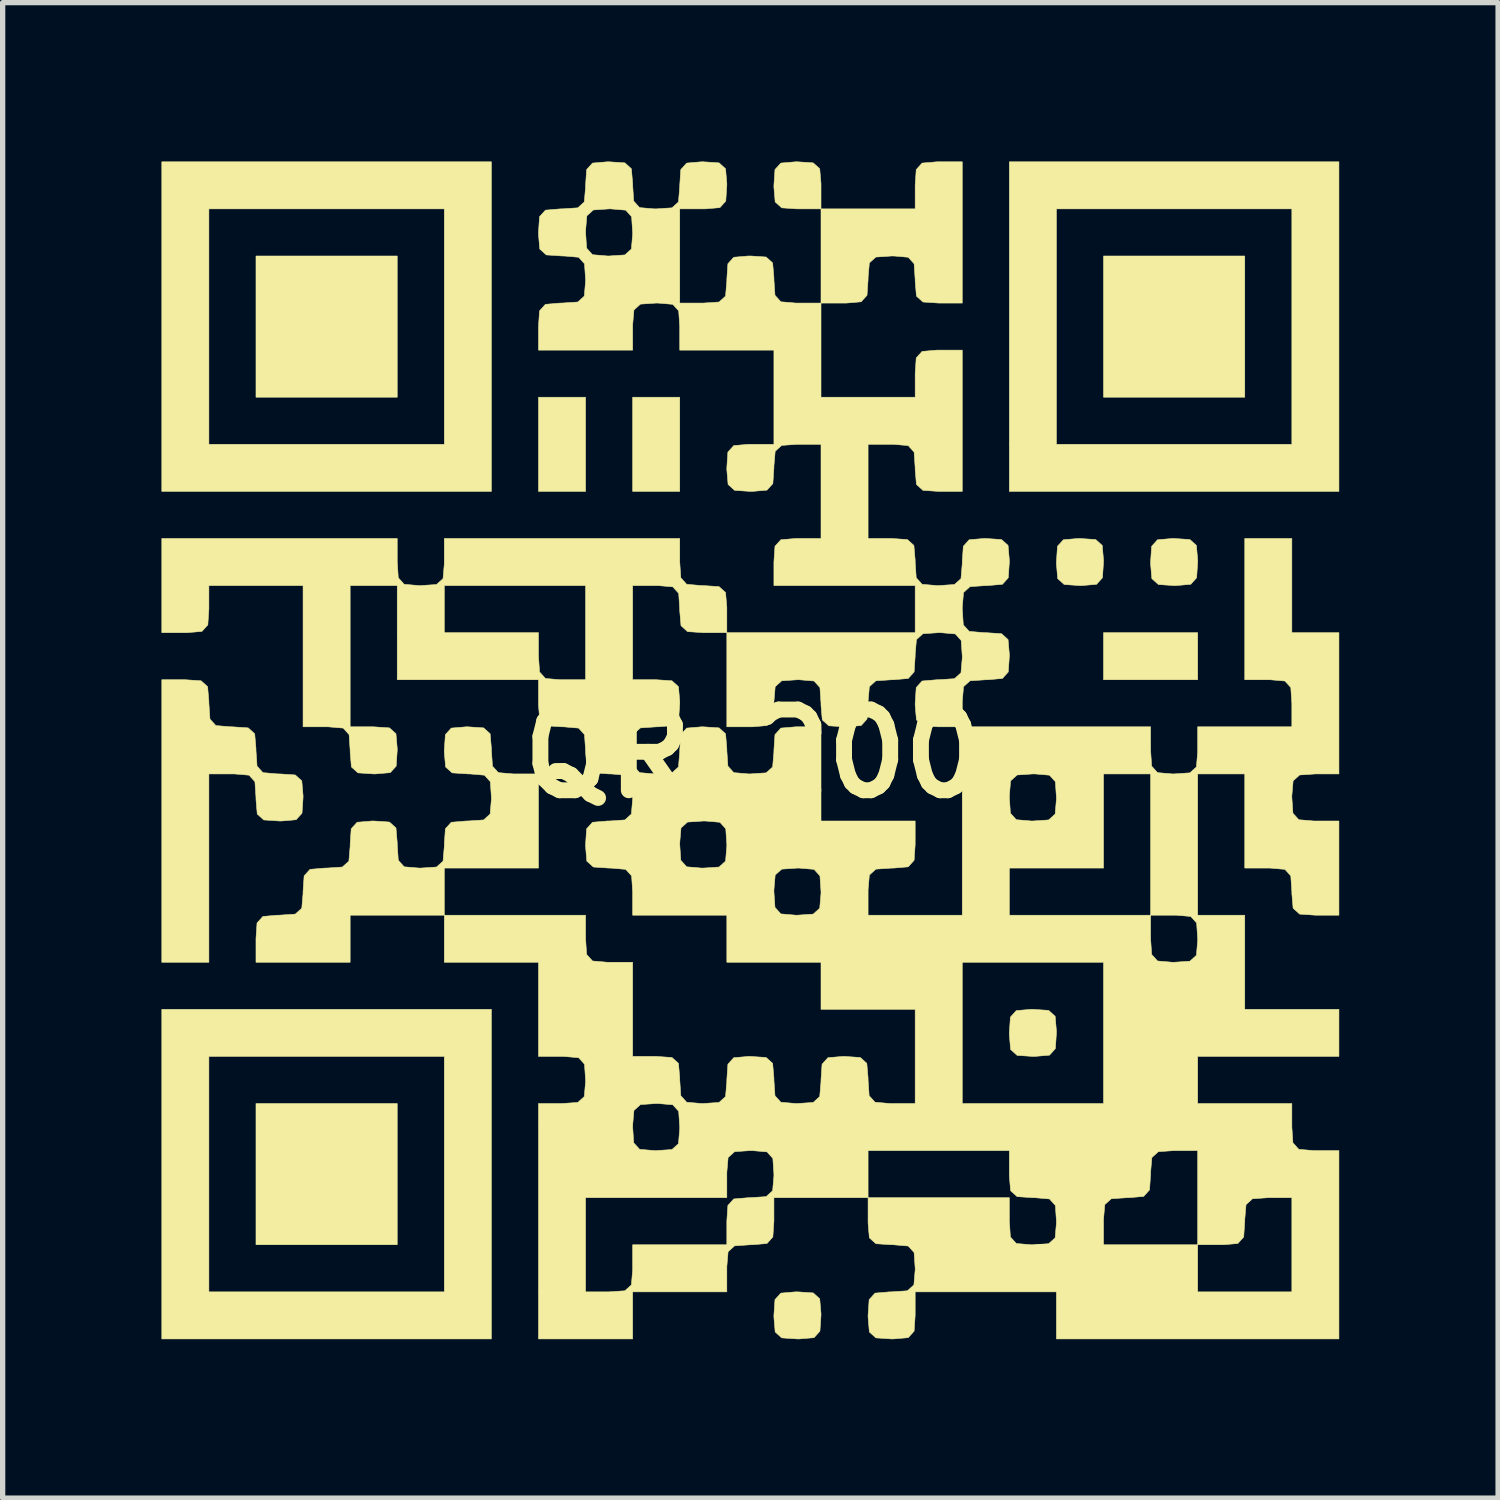
<source format=kicad_pcb>
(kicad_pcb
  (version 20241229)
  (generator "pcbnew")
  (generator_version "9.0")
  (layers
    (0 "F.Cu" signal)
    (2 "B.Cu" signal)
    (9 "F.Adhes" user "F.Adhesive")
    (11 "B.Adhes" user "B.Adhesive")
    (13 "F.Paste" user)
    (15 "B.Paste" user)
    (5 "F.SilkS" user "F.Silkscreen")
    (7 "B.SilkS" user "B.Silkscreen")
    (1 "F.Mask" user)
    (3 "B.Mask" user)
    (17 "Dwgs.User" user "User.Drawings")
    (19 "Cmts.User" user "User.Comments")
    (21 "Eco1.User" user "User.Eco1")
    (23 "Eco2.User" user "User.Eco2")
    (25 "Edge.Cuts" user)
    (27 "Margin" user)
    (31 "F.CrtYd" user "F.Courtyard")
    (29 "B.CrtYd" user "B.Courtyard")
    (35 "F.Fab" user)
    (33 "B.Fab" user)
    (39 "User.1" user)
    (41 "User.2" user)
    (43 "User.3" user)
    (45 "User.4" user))
  (footprint "QR_200"
    (layer "F.Cu")
    (at 11.181 11.181)
    (property "Reference" "QR_200" (at 0 0 0) (layer "F.SilkS") (effects (font (size 1.524 1.524) (thickness 0.3))))
    (attr through_hole)
    (fp_poly (pts (xy -6.731 -6.731) (xy -9.398 -6.731) (xy -9.398 -9.398) (xy -6.731 -9.398) (xy -6.731 -6.731)) (stroke (width 0.01) (type solid)) (fill yes) (layer "F.SilkS"))
    (fp_poly (pts (xy -6.731 9.271) (xy -9.398 9.271) (xy -9.398 6.604) (xy -6.731 6.604) (xy -6.731 9.271)) (stroke (width 0.01) (type solid)) (fill yes) (layer "F.SilkS"))
    (fp_poly (pts (xy -3.175 -4.953) (xy -4.064 -4.953) (xy -4.064 -6.731) (xy -3.175 -6.731) (xy -3.175 -4.953)) (stroke (width 0.01) (type solid)) (fill yes) (layer "F.SilkS"))
    (fp_poly (pts (xy -1.397 -4.953) (xy -2.286 -4.953) (xy -2.286 -6.731) (xy -1.397 -6.731) (xy -1.397 -4.953)) (stroke (width 0.01) (type solid)) (fill yes) (layer "F.SilkS"))
    (fp_poly (pts (xy 8.382 -1.397) (xy 6.604 -1.397) (xy 6.604 -2.286) (xy 8.382 -2.286) (xy 8.382 -1.397)) (stroke (width 0.01) (type solid)) (fill yes) (layer "F.SilkS"))
    (fp_poly (pts (xy 9.271 -6.731) (xy 6.604 -6.731) (xy 6.604 -9.398) (xy 9.271 -9.398) (xy 9.271 -6.731)) (stroke (width 0.01) (type solid)) (fill yes) (layer "F.SilkS"))
    (fp_poly (pts (xy -4.953 -4.953) (xy -11.176 -4.953) (xy -11.176 -10.287) (xy -10.287 -10.287) (xy -10.287 -5.842) (xy -5.842 -5.842) (xy -5.842 -10.287) (xy -10.287 -10.287) (xy -11.176 -10.287) (xy -11.176 -11.176) (xy -4.953 -11.176) (xy -4.953 -4.953)) (stroke (width 0.01) (type solid)) (fill yes) (layer "F.SilkS"))
    (fp_poly (pts (xy -4.953 11.049) (xy -11.176 11.049) (xy -11.176 5.715) (xy -10.287 5.715) (xy -10.287 10.16) (xy -5.842 10.16) (xy -5.842 5.715) (xy -10.287 5.715) (xy -11.176 5.715) (xy -11.176 4.826) (xy -4.953 4.826) (xy -4.953 11.049)) (stroke (width 0.01) (type solid)) (fill yes) (layer "F.SilkS"))
    (fp_poly (pts (xy 11.049 -4.953) (xy 4.826 -4.953) (xy 4.826 -10.287) (xy 5.715 -10.287) (xy 5.715 -5.842) (xy 10.16 -5.842) (xy 10.16 -10.287) (xy 5.715 -10.287) (xy 4.826 -10.287) (xy 4.826 -11.176) (xy 11.049 -11.176) (xy 11.049 -4.953)) (stroke (width 0.01) (type solid)) (fill yes) (layer "F.SilkS"))
    (fp_poly (pts (xy 0.826 -10.287) (xy 0.528 -10.307) (xy 0.405 -10.418) (xy 0.381 -10.698) (xy 0.381 -10.732) (xy 0.401 -11.029) (xy 0.512 -11.152) (xy 0.792 -11.176) (xy 0.826 -11.176) (xy 1.123 -11.156) (xy 1.246 -11.045) (xy 1.27 -10.765) (xy 1.27 -10.732) (xy 1.27 -10.287) (xy 0.826 -10.287)) (stroke (width 0.01) (type solid)) (fill yes) (layer "F.SilkS"))
    (fp_poly (pts (xy 1.123 10.18) (xy 1.246 10.291) (xy 1.27 10.571) (xy 1.27 10.604) (xy 1.25 10.902) (xy 1.139 11.025) (xy 0.859 11.049) (xy 0.826 11.049) (xy 0.528 11.029) (xy 0.405 10.918) (xy 0.381 10.638) (xy 0.381 10.604) (xy 0.401 10.307) (xy 0.512 10.184) (xy 0.792 10.16) (xy 0.826 10.16) (xy 1.123 10.18)) (stroke (width 0.01) (type solid)) (fill yes) (layer "F.SilkS"))
    (fp_poly (pts (xy 5.568 4.846) (xy 5.691 4.957) (xy 5.715 5.237) (xy 5.715 5.271) (xy 5.695 5.568) (xy 5.584 5.691) (xy 5.304 5.715) (xy 5.271 5.715) (xy 4.973 5.695) (xy 4.85 5.584) (xy 4.826 5.304) (xy 4.826 5.271) (xy 4.846 4.973) (xy 4.957 4.85) (xy 5.237 4.826) (xy 5.271 4.826) (xy 5.568 4.846)) (stroke (width 0.01) (type solid)) (fill yes) (layer "F.SilkS"))
    (fp_poly (pts (xy 6.457 -4.044) (xy 6.58 -3.933) (xy 6.604 -3.653) (xy 6.604 -3.619) (xy 6.584 -3.322) (xy 6.473 -3.199) (xy 6.193 -3.175) (xy 6.16 -3.175) (xy 5.862 -3.195) (xy 5.739 -3.306) (xy 5.715 -3.586) (xy 5.715 -3.619) (xy 5.735 -3.917) (xy 5.846 -4.04) (xy 6.126 -4.064) (xy 6.16 -4.064) (xy 6.457 -4.044)) (stroke (width 0.01) (type solid)) (fill yes) (layer "F.SilkS"))
    (fp_poly (pts (xy 8.235 -4.044) (xy 8.358 -3.933) (xy 8.382 -3.653) (xy 8.382 -3.619) (xy 8.362 -3.322) (xy 8.251 -3.199) (xy 7.971 -3.175) (xy 7.938 -3.175) (xy 7.64 -3.195) (xy 7.517 -3.306) (xy 7.493 -3.586) (xy 7.493 -3.619) (xy 7.513 -3.917) (xy 7.624 -4.04) (xy 7.904 -4.064) (xy 7.938 -4.064) (xy 8.235 -4.044)) (stroke (width 0.01) (type solid)) (fill yes) (layer "F.SilkS"))
    (fp_poly (pts (xy 1.27 -10.287) (xy 3.048 -10.287) (xy 3.048 -10.732) (xy 3.068 -11.029) (xy 3.179 -11.152) (xy 3.459 -11.176) (xy 3.493 -11.176) (xy 3.937 -11.176) (xy 3.937 -8.509) (xy 3.493 -8.509) (xy 3.195 -8.529) (xy 3.072 -8.64) (xy 3.048 -8.92) (xy 3.048 -8.954) (xy 3.028 -9.251) (xy 2.917 -9.374) (xy 2.637 -9.398) (xy 2.603 -9.398) (xy 2.306 -9.378) (xy 2.183 -9.267) (xy 2.159 -8.987) (xy 2.159 -8.954) (xy 2.139 -8.656) (xy 2.028 -8.533) (xy 1.748 -8.509) (xy 1.714 -8.509) (xy 1.27 -8.509) (xy 1.27 -10.287)) (stroke (width 0.01) (type solid)) (fill yes) (layer "F.SilkS"))
    (fp_poly (pts (xy -10.434 -1.377) (xy -10.311 -1.266) (xy -10.287 -0.986) (xy -10.287 -0.953) (xy -10.267 -0.655) (xy -10.156 -0.532) (xy -9.876 -0.508) (xy -9.842 -0.508) (xy -9.545 -0.488) (xy -9.422 -0.377) (xy -9.398 -0.097) (xy -9.398 -0.064) (xy -9.378 0.234) (xy -9.267 0.357) (xy -8.987 0.381) (xy -8.954 0.381) (xy -8.656 0.401) (xy -8.533 0.512) (xy -8.509 0.792) (xy -8.509 0.826) (xy -8.529 1.123) (xy -8.64 1.246) (xy -8.92 1.27) (xy -8.954 1.27) (xy -9.251 1.25) (xy -9.374 1.139) (xy -9.398 0.859) (xy -9.398 0.826) (xy -9.418 0.528) (xy -9.529 0.405) (xy -9.809 0.381) (xy -9.842 0.381) (xy -10.287 0.381) (xy -10.287 3.937) (xy -11.176 3.937) (xy -11.176 -1.397) (xy -10.732 -1.397) (xy -10.434 -1.377)) (stroke (width 0.01) (type solid)) (fill yes) (layer "F.SilkS"))
    (fp_poly (pts (xy -5.1 -0.488) (xy -4.977 -0.377) (xy -4.953 -0.097) (xy -4.953 -0.064) (xy -4.933 0.234) (xy -4.822 0.357) (xy -4.542 0.381) (xy -4.508 0.381) (xy -4.064 0.381) (xy -4.064 2.159) (xy -5.842 2.159) (xy -5.842 3.048) (xy -7.62 3.048) (xy -7.62 3.937) (xy -9.398 3.937) (xy -9.398 3.493) (xy -9.378 3.195) (xy -9.267 3.072) (xy -8.987 3.048) (xy -8.954 3.048) (xy -8.656 3.028) (xy -8.533 2.917) (xy -8.509 2.637) (xy -8.509 2.603) (xy -8.489 2.306) (xy -8.378 2.183) (xy -8.098 2.159) (xy -8.065 2.159) (xy -7.767 2.139) (xy -7.644 2.028) (xy -7.62 1.748) (xy -7.62 1.714) (xy -7.6 1.417) (xy -7.489 1.294) (xy -7.209 1.27) (xy -7.176 1.27) (xy -6.878 1.29) (xy -6.755 1.401) (xy -6.731 1.681) (xy -6.731 1.714) (xy -6.711 2.012) (xy -6.6 2.135) (xy -6.32 2.159) (xy -6.287 2.159) (xy -5.989 2.139) (xy -5.866 2.028) (xy -5.842 1.748) (xy -5.842 1.714) (xy -5.822 1.417) (xy -5.711 1.294) (xy -5.431 1.27) (xy -5.397 1.27) (xy -5.1 1.25) (xy -4.977 1.139) (xy -4.953 0.859) (xy -4.953 0.826) (xy -4.973 0.528) (xy -5.084 0.405) (xy -5.364 0.381) (xy -5.397 0.381) (xy -5.695 0.361) (xy -5.818 0.25) (xy -5.842 -0.03) (xy -5.842 -0.064) (xy -5.822 -0.361) (xy -5.711 -0.484) (xy -5.431 -0.508) (xy -5.397 -0.508) (xy -5.1 -0.488)) (stroke (width 0.01) (type solid)) (fill yes) (layer "F.SilkS"))
    (fp_poly (pts (xy 0.381 8.382) (xy 0.381 8.826) (xy 0.361 9.124) (xy 0.25 9.247) (xy -0.03 9.271) (xy -0.064 9.271) (xy -0.361 9.291) (xy -0.484 9.402) (xy -0.508 9.682) (xy -0.508 9.716) (xy -0.508 10.16) (xy -2.286 10.16) (xy -2.286 11.049) (xy -4.064 11.049) (xy -4.064 8.382) (xy -3.175 8.382) (xy -3.175 10.16) (xy -2.731 10.16) (xy -2.433 10.14) (xy -2.31 10.029) (xy -2.286 9.749) (xy -2.286 9.716) (xy -2.286 9.271) (xy -0.508 9.271) (xy -0.508 8.826) (xy -0.488 8.529) (xy -0.377 8.406) (xy -0.097 8.382) (xy -0.064 8.382) (xy 0.234 8.362) (xy 0.357 8.251) (xy 0.381 7.971) (xy 0.381 7.938) (xy 0.361 7.64) (xy 0.25 7.517) (xy -0.03 7.493) (xy -0.064 7.493) (xy 2.159 7.493) (xy 2.159 8.382) (xy 4.826 8.382) (xy 4.826 8.826) (xy 4.846 9.124) (xy 4.957 9.247) (xy 5.237 9.271) (xy 5.271 9.271) (xy 5.568 9.251) (xy 5.691 9.14) (xy 5.715 8.86) (xy 5.715 8.826) (xy 6.604 8.826) (xy 6.604 9.271) (xy 8.382 9.271) (xy 8.382 7.493) (xy 7.938 7.493) (xy 7.64 7.513) (xy 7.517 7.624) (xy 7.493 7.904) (xy 7.493 7.938) (xy 7.473 8.235) (xy 7.362 8.358) (xy 7.082 8.382) (xy 7.048 8.382) (xy 6.751 8.402) (xy 6.628 8.513) (xy 6.604 8.793) (xy 6.604 8.826) (xy 5.715 8.826) (xy 5.695 8.529) (xy 5.584 8.406) (xy 5.304 8.382) (xy 5.271 8.382) (xy 4.973 8.362) (xy 4.85 8.251) (xy 4.826 7.971) (xy 4.826 7.938) (xy 4.826 7.493) (xy 2.159 7.493) (xy -0.064 7.493) (xy -0.361 7.513) (xy -0.484 7.624) (xy -0.508 7.904) (xy -0.508 7.938) (xy -0.508 8.382) (xy -3.175 8.382) (xy -4.064 8.382) (xy -4.064 7.048) (xy -2.286 7.048) (xy -2.266 7.346) (xy -2.155 7.469) (xy -1.875 7.493) (xy -1.841 7.493) (xy -1.544 7.473) (xy -1.421 7.362) (xy -1.397 7.082) (xy -1.397 7.048) (xy -1.417 6.751) (xy -1.528 6.628) (xy -1.808 6.604) (xy -1.841 6.604) (xy -2.139 6.624) (xy -2.262 6.735) (xy -2.286 7.015) (xy -2.286 7.048) (xy -4.064 7.048) (xy -4.064 6.604) (xy -3.619 6.604) (xy -3.322 6.584) (xy -3.199 6.473) (xy -3.175 6.193) (xy -3.175 6.16) (xy -3.195 5.862) (xy -3.306 5.739) (xy -3.586 5.715) (xy -3.619 5.715) (xy -4.064 5.715) (xy -4.064 3.937) (xy -5.842 3.937) (xy -5.842 3.048) (xy -3.175 3.048) (xy -3.175 3.493) (xy -3.155 3.79) (xy -3.044 3.913) (xy -2.764 3.937) (xy -2.731 3.937) (xy -2.286 3.937) (xy -2.286 5.715) (xy -1.841 5.715) (xy -1.544 5.735) (xy -1.421 5.846) (xy -1.397 6.126) (xy -1.397 6.16) (xy -1.377 6.457) (xy -1.266 6.58) (xy -0.986 6.604) (xy -0.953 6.604) (xy -0.655 6.584) (xy -0.532 6.473) (xy -0.508 6.193) (xy -0.508 6.16) (xy -0.488 5.862) (xy -0.377 5.739) (xy -0.097 5.715) (xy -0.064 5.715) (xy 0.234 5.735) (xy 0.357 5.846) (xy 0.381 6.126) (xy 0.381 6.16) (xy 0.401 6.457) (xy 0.512 6.58) (xy 0.792 6.604) (xy 0.826 6.604) (xy 1.123 6.584) (xy 1.246 6.473) (xy 1.27 6.193) (xy 1.27 6.16) (xy 1.29 5.862) (xy 1.401 5.739) (xy 1.681 5.715) (xy 1.714 5.715) (xy 2.012 5.735) (xy 2.135 5.846) (xy 2.159 6.126) (xy 2.159 6.16) (xy 2.179 6.457) (xy 2.29 6.58) (xy 2.57 6.604) (xy 2.603 6.604) (xy 3.048 6.604) (xy 3.048 4.826) (xy 1.27 4.826) (xy 1.27 3.937) (xy 3.937 3.937) (xy 3.937 6.604) (xy 6.604 6.604) (xy 6.604 3.937) (xy 3.937 3.937) (xy 1.27 3.937) (xy -0.508 3.937) (xy -0.508 3.493) (xy 7.493 3.493) (xy 7.513 3.79) (xy 7.624 3.913) (xy 7.904 3.937) (xy 7.938 3.937) (xy 8.235 3.917) (xy 8.358 3.806) (xy 8.382 3.526) (xy 8.382 3.493) (xy 8.362 3.195) (xy 8.251 3.072) (xy 7.971 3.048) (xy 7.938 3.048) (xy 7.493 3.048) (xy 7.493 3.493) (xy -0.508 3.493) (xy -0.508 3.048) (xy -2.286 3.048) (xy -2.286 2.603) (xy 0.381 2.603) (xy 0.401 2.901) (xy 0.512 3.024) (xy 0.792 3.048) (xy 0.826 3.048) (xy 1.123 3.028) (xy 1.246 2.917) (xy 1.27 2.637) (xy 1.27 2.603) (xy 1.25 2.306) (xy 1.139 2.183) (xy 0.859 2.159) (xy 0.826 2.159) (xy 0.528 2.179) (xy 0.405 2.29) (xy 0.381 2.57) (xy 0.381 2.603) (xy -2.286 2.603) (xy -2.306 2.306) (xy -2.417 2.183) (xy -2.697 2.159) (xy -2.731 2.159) (xy -3.028 2.139) (xy -3.151 2.028) (xy -3.175 1.748) (xy -3.175 1.714) (xy -1.397 1.714) (xy -1.377 2.012) (xy -1.266 2.135) (xy -0.986 2.159) (xy -0.953 2.159) (xy -0.655 2.139) (xy -0.532 2.028) (xy -0.508 1.748) (xy -0.508 1.714) (xy -0.528 1.417) (xy -0.639 1.294) (xy -0.919 1.27) (xy -0.953 1.27) (xy -1.25 1.29) (xy -1.373 1.401) (xy -1.397 1.681) (xy -1.397 1.714) (xy -3.175 1.714) (xy -3.155 1.417) (xy -3.044 1.294) (xy -2.764 1.27) (xy -2.731 1.27) (xy -2.433 1.25) (xy -2.31 1.139) (xy -2.286 0.859) (xy -2.286 0.826) (xy -2.306 0.528) (xy -2.417 0.405) (xy -2.697 0.381) (xy -2.731 0.381) (xy -3.028 0.361) (xy -3.151 0.25) (xy -3.175 -0.03) (xy -3.175 -0.064) (xy -3.195 -0.361) (xy -3.306 -0.484) (xy -3.586 -0.508) (xy -3.619 -0.508) (xy -3.917 -0.528) (xy -4.04 -0.639) (xy -4.064 -0.919) (xy -4.064 -0.953) (xy -4.064 -1.397) (xy -6.731 -1.397) (xy -6.731 -3.175) (xy -7.62 -3.175) (xy -7.62 -0.508) (xy -7.176 -0.508) (xy -6.878 -0.488) (xy -6.755 -0.377) (xy -6.731 -0.097) (xy -6.731 -0.064) (xy -6.751 0.234) (xy -6.862 0.357) (xy -7.142 0.381) (xy -7.176 0.381) (xy -7.473 0.361) (xy -7.596 0.25) (xy -7.62 -0.03) (xy -7.62 -0.064) (xy -7.64 -0.361) (xy -7.751 -0.484) (xy -8.031 -0.508) (xy -8.065 -0.508) (xy -8.509 -0.508) (xy -8.509 -3.175) (xy -10.287 -3.175) (xy -10.287 -2.731) (xy -10.307 -2.433) (xy -10.418 -2.31) (xy -10.698 -2.286) (xy -10.732 -2.286) (xy -11.176 -2.286) (xy -11.176 -4.064) (xy -6.731 -4.064) (xy -6.731 -3.619) (xy -6.711 -3.322) (xy -6.6 -3.199) (xy -6.32 -3.175) (xy -6.287 -3.175) (xy -5.842 -3.175) (xy -5.842 -2.286) (xy -4.064 -2.286) (xy -4.064 -1.841) (xy -4.044 -1.544) (xy -3.933 -1.421) (xy -3.653 -1.397) (xy -3.619 -1.397) (xy -3.175 -1.397) (xy -3.175 -3.175) (xy -2.286 -3.175) (xy -2.286 -1.397) (xy -1.841 -1.397) (xy -1.544 -1.377) (xy -1.421 -1.266) (xy -1.397 -0.986) (xy -1.397 -0.953) (xy -1.417 -0.655) (xy -1.528 -0.532) (xy -1.808 -0.508) (xy -1.841 -0.508) (xy -2.139 -0.488) (xy -2.262 -0.377) (xy -2.286 -0.097) (xy -2.286 -0.064) (xy -2.266 0.234) (xy -2.155 0.357) (xy -1.875 0.381) (xy -1.841 0.381) (xy -1.544 0.361) (xy -1.421 0.25) (xy -1.397 -0.03) (xy -1.397 -0.064) (xy -1.377 -0.361) (xy -1.266 -0.484) (xy -0.986 -0.508) (xy -0.953 -0.508) (xy -0.655 -0.488) (xy -0.532 -0.377) (xy -0.508 -0.097) (xy -0.508 -0.064) (xy -0.488 0.234) (xy -0.377 0.357) (xy -0.097 0.381) (xy -0.064 0.381) (xy 0.234 0.361) (xy 0.357 0.25) (xy 0.381 -0.03) (xy 0.381 -0.064) (xy 0.401 -0.361) (xy 0.512 -0.484) (xy 0.792 -0.508) (xy 0.826 -0.508) (xy 1.27 -0.508) (xy 1.27 1.27) (xy 3.048 1.27) (xy 3.048 1.714) (xy 3.028 2.012) (xy 2.917 2.135) (xy 2.637 2.159) (xy 2.603 2.159) (xy 2.306 2.179) (xy 2.183 2.29) (xy 2.159 2.57) (xy 2.159 2.603) (xy 2.159 3.048) (xy 3.937 3.048) (xy 3.937 2.159) (xy 4.826 2.159) (xy 4.826 3.048) (xy 7.493 3.048) (xy 7.493 0.381) (xy 6.604 0.381) (xy 6.604 2.159) (xy 4.826 2.159) (xy 3.937 2.159) (xy 3.937 0.826) (xy 4.826 0.826) (xy 4.846 1.123) (xy 4.957 1.246) (xy 5.237 1.27) (xy 5.271 1.27) (xy 5.568 1.25) (xy 5.691 1.139) (xy 5.715 0.859) (xy 5.715 0.826) (xy 5.695 0.528) (xy 5.584 0.405) (xy 5.304 0.381) (xy 5.271 0.381) (xy 4.973 0.401) (xy 4.85 0.512) (xy 4.826 0.792) (xy 4.826 0.826) (xy 3.937 0.826) (xy 3.937 -0.508) (xy 3.493 -0.508) (xy 3.195 -0.528) (xy 3.072 -0.639) (xy 3.048 -0.919) (xy 3.048 -0.953) (xy 3.068 -1.25) (xy 3.179 -1.373) (xy 3.459 -1.397) (xy 3.493 -1.397) (xy 3.79 -1.417) (xy 3.913 -1.528) (xy 3.937 -1.808) (xy 3.937 -1.841) (xy 3.917 -2.139) (xy 3.806 -2.262) (xy 3.526 -2.286) (xy 3.493 -2.286) (xy 3.195 -2.266) (xy 3.072 -2.155) (xy 3.048 -1.875) (xy 3.048 -1.841) (xy 3.028 -1.544) (xy 2.917 -1.421) (xy 2.637 -1.397) (xy 2.603 -1.397) (xy 2.306 -1.377) (xy 2.183 -1.266) (xy 2.159 -0.986) (xy 2.159 -0.953) (xy 2.139 -0.655) (xy 2.028 -0.532) (xy 1.748 -0.508) (xy 1.714 -0.508) (xy 1.417 -0.528) (xy 1.294 -0.639) (xy 1.27 -0.919) (xy 1.27 -0.953) (xy 1.25 -1.25) (xy 1.139 -1.373) (xy 0.859 -1.397) (xy 0.826 -1.397) (xy 0.528 -1.377) (xy 0.405 -1.266) (xy 0.381 -0.986) (xy 0.381 -0.953) (xy 0.361 -0.655) (xy 0.25 -0.532) (xy -0.03 -0.508) (xy -0.064 -0.508) (xy -0.508 -0.508) (xy -0.508 -2.286) (xy -0.953 -2.286) (xy -1.25 -2.306) (xy -1.373 -2.417) (xy -1.397 -2.697) (xy -1.397 -2.731) (xy -1.417 -3.028) (xy -1.528 -3.151) (xy -1.808 -3.175) (xy -1.841 -3.175) (xy -2.286 -3.175) (xy -3.175 -3.175) (xy -5.842 -3.175) (xy -6.287 -3.175) (xy -5.989 -3.195) (xy -5.866 -3.306) (xy -5.842 -3.586) (xy -5.842 -3.619) (xy -5.842 -4.064) (xy -1.397 -4.064) (xy -1.397 -3.619) (xy -1.377 -3.322) (xy -1.266 -3.199) (xy -0.986 -3.175) (xy -0.953 -3.175) (xy -0.655 -3.155) (xy -0.532 -3.044) (xy -0.508 -2.764) (xy -0.508 -2.731) (xy -0.508 -2.286) (xy 3.048 -2.286) (xy 3.048 -3.175) (xy 0.381 -3.175) (xy 0.381 -3.619) (xy 0.401 -3.917) (xy 0.512 -4.04) (xy 0.792 -4.064) (xy 0.826 -4.064) (xy 1.27 -4.064) (xy 1.27 -5.842) (xy 0.826 -5.842) (xy 0.528 -5.822) (xy 0.405 -5.711) (xy 0.381 -5.431) (xy 0.381 -5.397) (xy 0.361 -5.1) (xy 0.25 -4.977) (xy -0.03 -4.953) (xy -0.064 -4.953) (xy -0.361 -4.973) (xy -0.484 -5.084) (xy -0.508 -5.364) (xy -0.508 -5.397) (xy -0.488 -5.695) (xy -0.377 -5.818) (xy -0.097 -5.842) (xy -0.064 -5.842) (xy 0.381 -5.842) (xy 0.381 -7.62) (xy -1.397 -7.62) (xy -1.397 -8.065) (xy -1.417 -8.362) (xy -1.528 -8.485) (xy -1.808 -8.509) (xy -1.841 -8.509) (xy -2.139 -8.489) (xy -2.262 -8.378) (xy -2.286 -8.098) (xy -2.286 -8.065) (xy -2.286 -7.62) (xy -4.064 -7.62) (xy -4.064 -8.065) (xy -4.044 -8.362) (xy -3.933 -8.485) (xy -3.653 -8.509) (xy -3.619 -8.509) (xy -3.322 -8.529) (xy -3.199 -8.64) (xy -3.175 -8.92) (xy -3.175 -8.954) (xy -3.195 -9.251) (xy -3.306 -9.374) (xy -3.586 -9.398) (xy -3.619 -9.398) (xy -3.917 -9.418) (xy -4.04 -9.529) (xy -4.064 -9.809) (xy -4.064 -9.842) (xy -3.175 -9.842) (xy -3.155 -9.545) (xy -3.044 -9.422) (xy -2.764 -9.398) (xy -2.731 -9.398) (xy -2.433 -9.418) (xy -2.31 -9.529) (xy -2.286 -9.809) (xy -2.286 -9.842) (xy -2.306 -10.14) (xy -2.417 -10.263) (xy -2.697 -10.287) (xy -2.731 -10.287) (xy -3.028 -10.267) (xy -3.151 -10.156) (xy -3.175 -9.876) (xy -3.175 -9.842) (xy -4.064 -9.842) (xy -4.044 -10.14) (xy -3.933 -10.263) (xy -3.653 -10.287) (xy -3.619 -10.287) (xy -3.322 -10.307) (xy -3.199 -10.418) (xy -3.175 -10.698) (xy -3.175 -10.732) (xy -3.155 -11.029) (xy -3.044 -11.152) (xy -2.764 -11.176) (xy -2.731 -11.176) (xy -2.433 -11.156) (xy -2.31 -11.045) (xy -2.286 -10.765) (xy -2.286 -10.732) (xy -2.266 -10.434) (xy -2.155 -10.311) (xy -1.875 -10.287) (xy -1.841 -10.287) (xy -1.544 -10.307) (xy -1.421 -10.418) (xy -1.397 -10.698) (xy -1.397 -10.732) (xy -1.377 -11.029) (xy -1.266 -11.152) (xy -0.986 -11.176) (xy -0.953 -11.176) (xy -0.655 -11.156) (xy -0.532 -11.045) (xy -0.508 -10.765) (xy -0.508 -10.732) (xy -0.528 -10.434) (xy -0.639 -10.311) (xy -0.919 -10.287) (xy -0.953 -10.287) (xy -1.397 -10.287) (xy -1.397 -8.509) (xy -0.953 -8.509) (xy -0.655 -8.529) (xy -0.532 -8.64) (xy -0.508 -8.92) (xy -0.508 -8.954) (xy -0.488 -9.251) (xy -0.377 -9.374) (xy -0.097 -9.398) (xy -0.064 -9.398) (xy 0.234 -9.378) (xy 0.357 -9.267) (xy 0.381 -8.987) (xy 0.381 -8.954) (xy 0.401 -8.656) (xy 0.512 -8.533) (xy 0.792 -8.509) (xy 0.826 -8.509) (xy 1.27 -8.509) (xy 1.27 -6.731) (xy 3.048 -6.731) (xy 3.048 -7.176) (xy 3.068 -7.473) (xy 3.179 -7.596) (xy 3.459 -7.62) (xy 3.493 -7.62) (xy 3.937 -7.62) (xy 3.937 -4.953) (xy 3.493 -4.953) (xy 3.195 -4.973) (xy 3.072 -5.084) (xy 3.048 -5.364) (xy 3.048 -5.397) (xy 3.028 -5.695) (xy 2.917 -5.818) (xy 2.637 -5.842) (xy 2.603 -5.842) (xy 2.159 -5.842) (xy 2.159 -4.064) (xy 2.603 -4.064) (xy 2.901 -4.044) (xy 3.024 -3.933) (xy 3.048 -3.653) (xy 3.048 -3.619) (xy 3.068 -3.322) (xy 3.179 -3.199) (xy 3.459 -3.175) (xy 3.493 -3.175) (xy 3.79 -3.195) (xy 3.913 -3.306) (xy 3.937 -3.586) (xy 3.937 -3.619) (xy 3.957 -3.917) (xy 4.068 -4.04) (xy 4.348 -4.064) (xy 4.381 -4.064) (xy 4.679 -4.044) (xy 4.802 -3.933) (xy 4.826 -3.653) (xy 4.826 -3.619) (xy 4.806 -3.322) (xy 4.695 -3.199) (xy 4.415 -3.175) (xy 4.381 -3.175) (xy 4.084 -3.155) (xy 3.961 -3.044) (xy 3.937 -2.764) (xy 3.937 -2.731) (xy 3.957 -2.433) (xy 4.068 -2.31) (xy 4.348 -2.286) (xy 4.381 -2.286) (xy 4.679 -2.266) (xy 4.802 -2.155) (xy 4.826 -1.875) (xy 4.826 -1.841) (xy 4.806 -1.544) (xy 4.695 -1.421) (xy 4.415 -1.397) (xy 4.381 -1.397) (xy 4.084 -1.377) (xy 3.961 -1.266) (xy 3.937 -0.986) (xy 3.937 -0.953) (xy 3.937 -0.508) (xy 7.493 -0.508) (xy 7.493 -0.064) (xy 7.513 0.234) (xy 7.624 0.357) (xy 7.904 0.381) (xy 7.938 0.381) (xy 8.235 0.361) (xy 8.358 0.25) (xy 8.382 -0.03) (xy 8.382 -0.064) (xy 8.382 -0.508) (xy 10.16 -0.508) (xy 10.16 -0.953) (xy 10.14 -1.25) (xy 10.029 -1.373) (xy 9.749 -1.397) (xy 9.716 -1.397) (xy 9.271 -1.397) (xy 9.271 -4.064) (xy 10.16 -4.064) (xy 10.16 -2.286) (xy 11.049 -2.286) (xy 11.049 0.381) (xy 10.604 0.381) (xy 10.307 0.401) (xy 10.184 0.512) (xy 10.16 0.792) (xy 10.16 0.826) (xy 10.18 1.123) (xy 10.291 1.246) (xy 10.571 1.27) (xy 10.604 1.27) (xy 11.049 1.27) (xy 11.049 3.048) (xy 10.604 3.048) (xy 10.307 3.028) (xy 10.184 2.917) (xy 10.16 2.637) (xy 10.16 2.603) (xy 10.14 2.306) (xy 10.029 2.183) (xy 9.749 2.159) (xy 9.716 2.159) (xy 9.271 2.159) (xy 9.271 0.381) (xy 8.382 0.381) (xy 8.382 3.048) (xy 9.271 3.048) (xy 9.271 4.826) (xy 11.049 4.826) (xy 11.049 5.715) (xy 8.382 5.715) (xy 8.382 6.604) (xy 10.16 6.604) (xy 10.16 7.048) (xy 10.18 7.346) (xy 10.291 7.469) (xy 10.571 7.493) (xy 10.604 7.493) (xy 11.049 7.493) (xy 11.049 11.049) (xy 5.715 11.049) (xy 5.715 10.16) (xy 8.382 10.16) (xy 10.16 10.16) (xy 10.16 8.382) (xy 9.716 8.382) (xy 9.418 8.402) (xy 9.295 8.513) (xy 9.271 8.793) (xy 9.271 8.826) (xy 9.251 9.124) (xy 9.14 9.247) (xy 8.86 9.271) (xy 8.826 9.271) (xy 8.382 9.271) (xy 8.382 10.16) (xy 5.715 10.16) (xy 3.048 10.16) (xy 3.048 10.604) (xy 3.028 10.902) (xy 2.917 11.025) (xy 2.637 11.049) (xy 2.603 11.049) (xy 2.306 11.029) (xy 2.183 10.918) (xy 2.159 10.638) (xy 2.159 10.604) (xy 2.179 10.307) (xy 2.29 10.184) (xy 2.57 10.16) (xy 2.603 10.16) (xy 2.901 10.14) (xy 3.024 10.029) (xy 3.048 9.749) (xy 3.048 9.716) (xy 3.028 9.418) (xy 2.917 9.295) (xy 2.637 9.271) (xy 2.603 9.271) (xy 2.306 9.251) (xy 2.183 9.14) (xy 2.159 8.86) (xy 2.159 8.826) (xy 2.159 8.382) (xy 0.381 8.382)) (stroke (width 0.01) (type solid)) (fill yes) (layer "F.SilkS")))
  (gr_rect
    (start -3 -3)
    (end 25.235 25.235)
    (stroke (width 0.1) (type default))
    (fill no)
    (layer "Edge.Cuts")))
</source>
